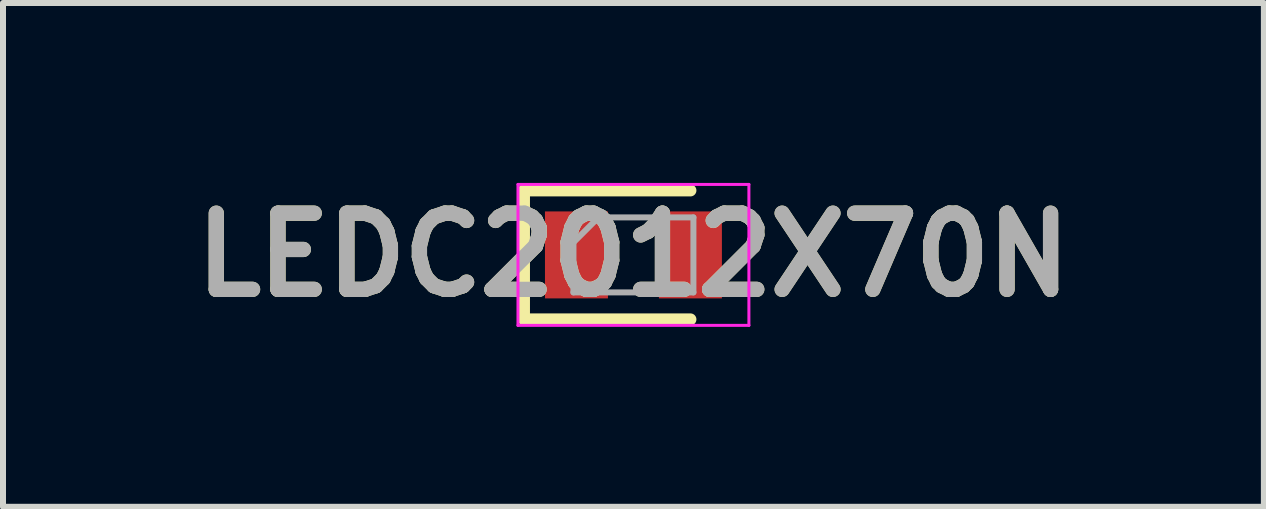
<source format=kicad_pcb>
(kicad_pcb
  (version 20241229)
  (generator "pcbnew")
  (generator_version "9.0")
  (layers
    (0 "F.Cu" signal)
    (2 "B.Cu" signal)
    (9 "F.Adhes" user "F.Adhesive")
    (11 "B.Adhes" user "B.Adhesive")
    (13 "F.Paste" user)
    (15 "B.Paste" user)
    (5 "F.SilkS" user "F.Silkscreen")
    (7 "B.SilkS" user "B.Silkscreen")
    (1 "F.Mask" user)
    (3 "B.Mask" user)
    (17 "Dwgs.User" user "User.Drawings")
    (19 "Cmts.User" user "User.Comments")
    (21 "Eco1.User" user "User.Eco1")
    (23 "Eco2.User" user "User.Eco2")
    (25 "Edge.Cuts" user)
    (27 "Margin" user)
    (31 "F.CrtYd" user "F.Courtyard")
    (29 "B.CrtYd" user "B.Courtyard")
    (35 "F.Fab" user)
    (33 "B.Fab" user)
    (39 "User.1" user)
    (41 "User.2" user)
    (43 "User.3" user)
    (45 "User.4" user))
  (footprint "LEDC2012X70N"
    (layer "F.Cu")
    (at 7.511 1.2)
    (property "Reference" "LEDC2012X70N" (at 0 0 0) (layer "F.SilkS") (effects (font (size 1.27 1.27) (thickness 0.254))))
    (attr smd)
    (fp_line (start -1.825 -1.075) (end -1.825 1.075) (stroke (width 0.2) (type solid)) (layer "F.SilkS"))
    (fp_line (start -1.825 1.075) (end 0.95 1.075) (stroke (width 0.2) (type solid)) (layer "F.SilkS"))
    (fp_line (start 0.95 -1.075) (end -1.825 -1.075) (stroke (width 0.2) (type solid)) (layer "F.SilkS"))
    (fp_line (start -1.925 -1.175) (end 1.925 -1.175) (stroke (width 0.05) (type solid)) (layer "F.CrtYd"))
    (fp_line (start -1.925 1.175) (end -1.925 -1.175) (stroke (width 0.05) (type solid)) (layer "F.CrtYd"))
    (fp_line (start 1.925 -1.175) (end 1.925 1.175) (stroke (width 0.05) (type solid)) (layer "F.CrtYd"))
    (fp_line (start 1.925 1.175) (end -1.925 1.175) (stroke (width 0.05) (type solid)) (layer "F.CrtYd"))
    (fp_line (start -1 -0.625) (end 1 -0.625) (stroke (width 0.1) (type solid)) (layer "F.Fab"))
    (fp_line (start -1 -0.208) (end -0.583 -0.625) (stroke (width 0.1) (type solid)) (layer "F.Fab"))
    (fp_line (start -1 0.625) (end -1 -0.625) (stroke (width 0.1) (type solid)) (layer "F.Fab"))
    (fp_line (start 1 -0.625) (end 1 0.625) (stroke (width 0.1) (type solid)) (layer "F.Fab"))
    (fp_line (start 1 0.625) (end -1 0.625) (stroke (width 0.1) (type solid)) (layer "F.Fab"))
    (fp_text user "${REFERENCE}" (at 0 0 0) (layer "F.Fab") (effects (font (size 1.27 1.27) (thickness 0.254))))
    (pad "1" smd rect (at -0.95 0) (size 1.05 1.45) (layers "F.Cu" "F.Mask" "F.Paste"))
    (pad "2" smd rect (at 0.95 0) (size 1.05 1.45) (layers "F.Cu" "F.Mask" "F.Paste")))
  (gr_rect
    (start -3 -3)
    (end 18.022 5.4)
    (stroke (width 0.1) (type default))
    (fill no)
    (layer "Edge.Cuts")))
</source>
